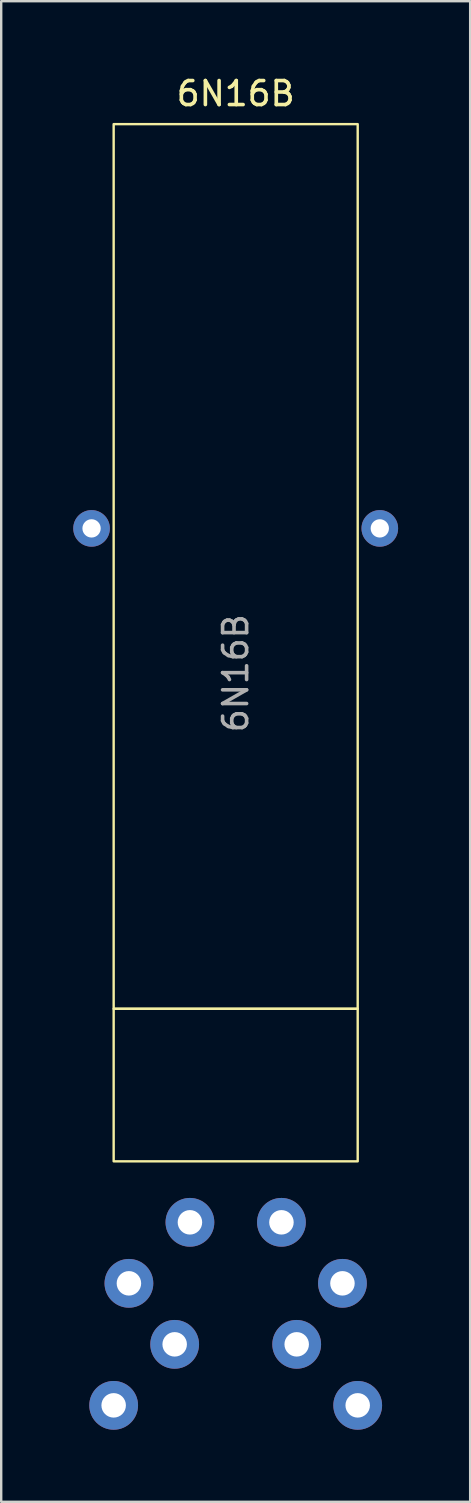
<source format=kicad_pcb>
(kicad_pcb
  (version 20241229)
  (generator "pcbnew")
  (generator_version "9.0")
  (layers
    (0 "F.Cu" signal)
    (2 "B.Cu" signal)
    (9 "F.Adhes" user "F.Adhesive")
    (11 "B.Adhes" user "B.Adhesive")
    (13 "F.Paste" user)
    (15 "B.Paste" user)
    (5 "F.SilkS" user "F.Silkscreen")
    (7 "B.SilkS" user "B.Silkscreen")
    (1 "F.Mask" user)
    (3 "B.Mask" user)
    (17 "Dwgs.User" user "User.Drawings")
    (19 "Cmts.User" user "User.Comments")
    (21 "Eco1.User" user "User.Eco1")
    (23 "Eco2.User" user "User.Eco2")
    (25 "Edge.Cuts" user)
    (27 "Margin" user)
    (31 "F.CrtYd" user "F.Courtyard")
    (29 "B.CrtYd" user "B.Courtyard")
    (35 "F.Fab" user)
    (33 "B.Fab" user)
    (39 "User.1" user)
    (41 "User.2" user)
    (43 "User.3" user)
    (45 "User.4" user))
  (footprint "6N16B"
    (layer "F.Cu")
    (at 6.762 38.948)
    (property "Reference" "6N16B" (at 0 -38.1 0) (layer "F.SilkS") (effects (font (size 1 1) (thickness 0.15))))
    (attr through_hole)
    (fp_rect (start -5.08 -36.83) (end 5.08 0) (stroke (width 0.1) (type default)) (fill no) (layer "F.SilkS"))
    (fp_rect (start -5.08 0) (end 5.08 6.35) (stroke (width 0.1) (type default)) (fill no) (layer "F.SilkS"))
    (fp_text user "${REFERENCE}" (at 0 -13.97 90) (layer "F.Fab") (effects (font (size 1 1) (thickness 0.15))))
    (pad "1" thru_hole circle (at 2.54 13.97) (size 2.03 2.03) (drill 1.02) (layers "*.Cu" "*.Mask"))
    (pad "2" thru_hole circle (at 1.905 8.89) (size 2.03 2.03) (drill 1.02) (layers "*.Cu" "*.Mask"))
    (pad "3" thru_hole circle (at 4.445 11.43) (size 2.03 2.03) (drill 1.02) (layers "*.Cu" "*.Mask"))
    (pad "4" thru_hole circle (at 5.08 16.51) (size 2.03 2.03) (drill 1.02) (layers "*.Cu" "*.Mask"))
    (pad "5" thru_hole circle (at -2.54 13.97) (size 2.03 2.03) (drill 1.02) (layers "*.Cu" "*.Mask"))
    (pad "6" thru_hole circle (at -1.905 8.89) (size 2.03 2.03) (drill 1.02) (layers "*.Cu" "*.Mask"))
    (pad "7" thru_hole circle (at -4.445 11.43) (size 2.03 2.03) (drill 1.02) (layers "*.Cu" "*.Mask"))
    (pad "8" thru_hole circle (at -5.08 16.51) (size 2.03 2.03) (drill 1.02) (layers "*.Cu" "*.Mask"))
    (pad "9" thru_hole circle (at -6 -20) (size 1.524 1.524) (drill 0.762) (layers "*.Cu" "*.Mask"))
    (pad "10" thru_hole circle (at 6 -20) (size 1.524 1.524) (drill 0.762) (layers "*.Cu" "*.Mask")))
  (gr_rect
    (start -3 -3)
    (end 16.524 59.473)
    (stroke (width 0.1) (type default))
    (fill no)
    (layer "Edge.Cuts")))
</source>
